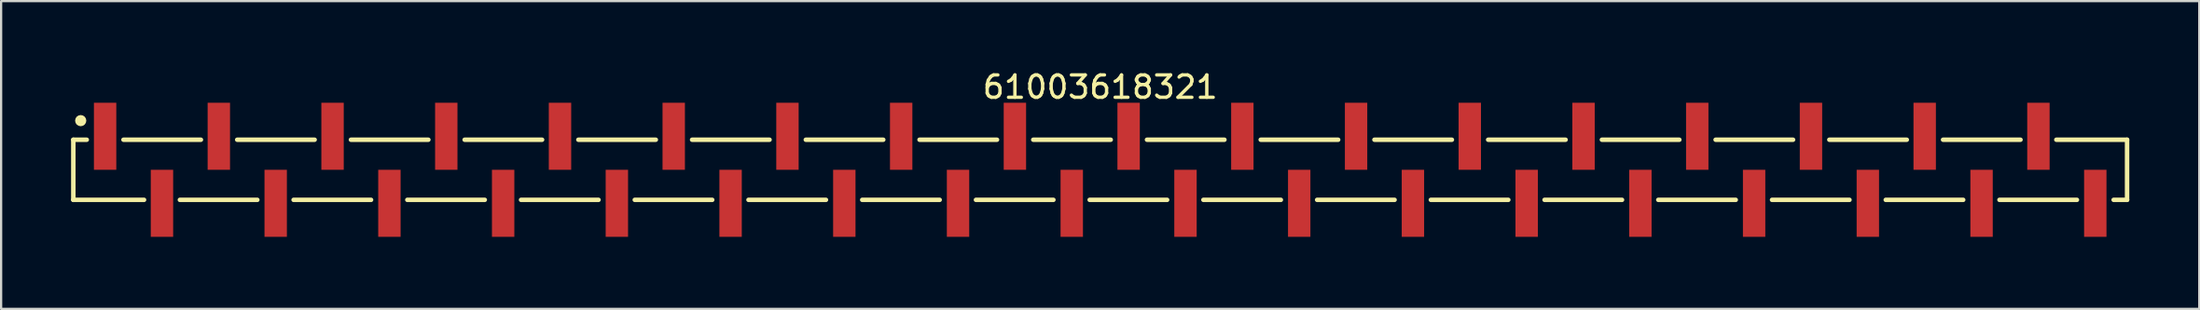
<source format=kicad_pcb>
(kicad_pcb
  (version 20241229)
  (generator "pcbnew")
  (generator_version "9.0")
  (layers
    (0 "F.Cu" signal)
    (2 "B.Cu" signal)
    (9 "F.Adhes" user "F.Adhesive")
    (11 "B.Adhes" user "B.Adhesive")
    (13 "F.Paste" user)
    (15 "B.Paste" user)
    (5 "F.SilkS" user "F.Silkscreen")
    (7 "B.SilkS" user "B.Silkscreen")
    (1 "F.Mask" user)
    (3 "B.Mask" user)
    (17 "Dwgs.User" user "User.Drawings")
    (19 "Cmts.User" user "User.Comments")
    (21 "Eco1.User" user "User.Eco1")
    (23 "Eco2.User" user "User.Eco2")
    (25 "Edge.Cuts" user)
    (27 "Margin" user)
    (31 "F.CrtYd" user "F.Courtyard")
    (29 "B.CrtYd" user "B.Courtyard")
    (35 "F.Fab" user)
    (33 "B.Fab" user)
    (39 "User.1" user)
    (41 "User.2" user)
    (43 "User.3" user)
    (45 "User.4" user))
  (footprint "61003618321"
    (layer "F.Cu")
    (at 46.095 4.548)
    (property "Reference" "61003618321" (at 0 -3.7 0) (layer "F.SilkS") (effects (font (size 1 1) (thickness 0.15))))
    (fp_line (start -45.87 -1.345) (end -45.27 -1.345) (stroke (width 0.2) (type solid)) (layer "F.SilkS"))
    (fp_line (start -45.87 1.345) (end -45.87 -1.345) (stroke (width 0.2) (type solid)) (layer "F.SilkS"))
    (fp_line (start -45.87 1.345) (end -42.71 1.345) (stroke (width 0.2) (type solid)) (layer "F.SilkS"))
    (fp_line (start -43.63 -1.345) (end -40.17 -1.345) (stroke (width 0.2) (type solid)) (layer "F.SilkS"))
    (fp_line (start -41.11 1.345) (end -37.65 1.345) (stroke (width 0.2) (type solid)) (layer "F.SilkS"))
    (fp_line (start -38.55 -1.345) (end -35.09 -1.345) (stroke (width 0.2) (type solid)) (layer "F.SilkS"))
    (fp_line (start -36.03 1.345) (end -32.57 1.345) (stroke (width 0.2) (type solid)) (layer "F.SilkS"))
    (fp_line (start -33.47 -1.345) (end -30.01 -1.345) (stroke (width 0.2) (type solid)) (layer "F.SilkS"))
    (fp_line (start -30.95 1.345) (end -27.49 1.345) (stroke (width 0.2) (type solid)) (layer "F.SilkS"))
    (fp_line (start -28.39 -1.345) (end -24.93 -1.345) (stroke (width 0.2) (type solid)) (layer "F.SilkS"))
    (fp_line (start -25.87 1.345) (end -22.41 1.345) (stroke (width 0.2) (type solid)) (layer "F.SilkS"))
    (fp_line (start -23.31 -1.345) (end -19.85 -1.345) (stroke (width 0.2) (type solid)) (layer "F.SilkS"))
    (fp_line (start -20.79 1.345) (end -17.33 1.345) (stroke (width 0.2) (type solid)) (layer "F.SilkS"))
    (fp_line (start -18.23 -1.345) (end -14.77 -1.345) (stroke (width 0.2) (type solid)) (layer "F.SilkS"))
    (fp_line (start -15.71 1.345) (end -12.25 1.345) (stroke (width 0.2) (type solid)) (layer "F.SilkS"))
    (fp_line (start -13.15 -1.345) (end -9.69 -1.345) (stroke (width 0.2) (type solid)) (layer "F.SilkS"))
    (fp_line (start -10.63 1.345) (end -7.17 1.345) (stroke (width 0.2) (type solid)) (layer "F.SilkS"))
    (fp_line (start -8.07 -1.345) (end -4.61 -1.345) (stroke (width 0.2) (type solid)) (layer "F.SilkS"))
    (fp_line (start -5.55 1.345) (end -2.09 1.345) (stroke (width 0.2) (type solid)) (layer "F.SilkS"))
    (fp_line (start -2.99 -1.345) (end 0.47 -1.345) (stroke (width 0.2) (type solid)) (layer "F.SilkS"))
    (fp_line (start -0.47 1.345) (end 2.99 1.345) (stroke (width 0.2) (type solid)) (layer "F.SilkS"))
    (fp_line (start 2.09 -1.345) (end 5.55 -1.345) (stroke (width 0.2) (type solid)) (layer "F.SilkS"))
    (fp_line (start 4.61 1.345) (end 8.07 1.345) (stroke (width 0.2) (type solid)) (layer "F.SilkS"))
    (fp_line (start 7.17 -1.345) (end 10.63 -1.345) (stroke (width 0.2) (type solid)) (layer "F.SilkS"))
    (fp_line (start 9.69 1.345) (end 13.15 1.345) (stroke (width 0.2) (type solid)) (layer "F.SilkS"))
    (fp_line (start 12.25 -1.345) (end 15.71 -1.345) (stroke (width 0.2) (type solid)) (layer "F.SilkS"))
    (fp_line (start 14.77 1.345) (end 18.23 1.345) (stroke (width 0.2) (type solid)) (layer "F.SilkS"))
    (fp_line (start 17.33 -1.345) (end 20.79 -1.345) (stroke (width 0.2) (type solid)) (layer "F.SilkS"))
    (fp_line (start 19.85 1.345) (end 23.31 1.345) (stroke (width 0.2) (type solid)) (layer "F.SilkS"))
    (fp_line (start 22.41 -1.345) (end 25.87 -1.345) (stroke (width 0.2) (type solid)) (layer "F.SilkS"))
    (fp_line (start 24.93 1.345) (end 28.39 1.345) (stroke (width 0.2) (type solid)) (layer "F.SilkS"))
    (fp_line (start 27.49 -1.345) (end 30.95 -1.345) (stroke (width 0.2) (type solid)) (layer "F.SilkS"))
    (fp_line (start 30.01 1.345) (end 33.47 1.345) (stroke (width 0.2) (type solid)) (layer "F.SilkS"))
    (fp_line (start 32.57 -1.345) (end 36.03 -1.345) (stroke (width 0.2) (type solid)) (layer "F.SilkS"))
    (fp_line (start 35.09 1.345) (end 38.55 1.345) (stroke (width 0.2) (type solid)) (layer "F.SilkS"))
    (fp_line (start 37.65 -1.345) (end 41.11 -1.345) (stroke (width 0.2) (type solid)) (layer "F.SilkS"))
    (fp_line (start 40.17 1.345) (end 43.63 1.345) (stroke (width 0.2) (type solid)) (layer "F.SilkS"))
    (fp_line (start 42.71 -1.345) (end 45.87 -1.345) (stroke (width 0.2) (type solid)) (layer "F.SilkS"))
    (fp_line (start 45.27 1.345) (end 45.87 1.345) (stroke (width 0.2) (type solid)) (layer "F.SilkS"))
    (fp_line (start 45.87 1.345) (end 45.87 -1.345) (stroke (width 0.2) (type solid)) (layer "F.SilkS"))
    (fp_circle (center -45.54 -2.2) (end -45.54 -2.325) (stroke (width 0.25) (type solid)) (fill no) (layer "F.SilkS"))
    (fp_line (start -46.07 -3.2) (end 46.07 -3.2) (stroke (width 0.05) (type solid)) (layer "Eco2.User"))
    (fp_line (start -46.07 3.2) (end -46.07 -3.2) (stroke (width 0.05) (type solid)) (layer "Eco2.User"))
    (fp_line (start -46.07 3.2) (end 46.07 3.2) (stroke (width 0.05) (type solid)) (layer "Eco2.User"))
    (fp_line (start -45.72 -1.27) (end 45.72 -1.27) (stroke (width 0.1) (type solid)) (layer "Eco2.User"))
    (fp_line (start -45.72 1.27) (end -45.72 -1.27) (stroke (width 0.1) (type solid)) (layer "Eco2.User"))
    (fp_line (start -45.72 1.27) (end 45.72 1.27) (stroke (width 0.1) (type solid)) (layer "Eco2.User"))
    (fp_line (start -44.77 -2.5) (end -44.13 -2.5) (stroke (width 0.1) (type solid)) (layer "Eco2.User"))
    (fp_line (start -44.77 -1.27) (end -44.77 -2.5) (stroke (width 0.1) (type solid)) (layer "Eco2.User"))
    (fp_line (start -44.13 -1.27) (end -44.13 -2.5) (stroke (width 0.1) (type solid)) (layer "Eco2.User"))
    (fp_line (start -42.23 2.5) (end -42.23 1.27) (stroke (width 0.1) (type solid)) (layer "Eco2.User"))
    (fp_line (start -42.23 2.5) (end -41.59 2.5) (stroke (width 0.1) (type solid)) (layer "Eco2.User"))
    (fp_line (start -41.59 2.5) (end -41.59 1.27) (stroke (width 0.1) (type solid)) (layer "Eco2.User"))
    (fp_line (start -39.69 -2.5) (end -39.05 -2.5) (stroke (width 0.1) (type solid)) (layer "Eco2.User"))
    (fp_line (start -39.69 -1.27) (end -39.69 -2.5) (stroke (width 0.1) (type solid)) (layer "Eco2.User"))
    (fp_line (start -39.05 -1.27) (end -39.05 -2.5) (stroke (width 0.1) (type solid)) (layer "Eco2.User"))
    (fp_line (start -37.15 2.5) (end -37.15 1.27) (stroke (width 0.1) (type solid)) (layer "Eco2.User"))
    (fp_line (start -37.15 2.5) (end -36.51 2.5) (stroke (width 0.1) (type solid)) (layer "Eco2.User"))
    (fp_line (start -36.51 2.5) (end -36.51 1.27) (stroke (width 0.1) (type solid)) (layer "Eco2.User"))
    (fp_line (start -34.61 -2.5) (end -33.97 -2.5) (stroke (width 0.1) (type solid)) (layer "Eco2.User"))
    (fp_line (start -34.61 -1.27) (end -34.61 -2.5) (stroke (width 0.1) (type solid)) (layer "Eco2.User"))
    (fp_line (start -33.97 -1.27) (end -33.97 -2.5) (stroke (width 0.1) (type solid)) (layer "Eco2.User"))
    (fp_line (start -32.07 2.5) (end -32.07 1.27) (stroke (width 0.1) (type solid)) (layer "Eco2.User"))
    (fp_line (start -32.07 2.5) (end -31.43 2.5) (stroke (width 0.1) (type solid)) (layer "Eco2.User"))
    (fp_line (start -31.43 2.5) (end -31.43 1.27) (stroke (width 0.1) (type solid)) (layer "Eco2.User"))
    (fp_line (start -29.53 -2.5) (end -28.89 -2.5) (stroke (width 0.1) (type solid)) (layer "Eco2.User"))
    (fp_line (start -29.53 -1.27) (end -29.53 -2.5) (stroke (width 0.1) (type solid)) (layer "Eco2.User"))
    (fp_line (start -28.89 -1.27) (end -28.89 -2.5) (stroke (width 0.1) (type solid)) (layer "Eco2.User"))
    (fp_line (start -26.99 2.5) (end -26.99 1.27) (stroke (width 0.1) (type solid)) (layer "Eco2.User"))
    (fp_line (start -26.99 2.5) (end -26.35 2.5) (stroke (width 0.1) (type solid)) (layer "Eco2.User"))
    (fp_line (start -26.35 2.5) (end -26.35 1.27) (stroke (width 0.1) (type solid)) (layer "Eco2.User"))
    (fp_line (start -24.45 -2.5) (end -23.81 -2.5) (stroke (width 0.1) (type solid)) (layer "Eco2.User"))
    (fp_line (start -24.45 -1.27) (end -24.45 -2.5) (stroke (width 0.1) (type solid)) (layer "Eco2.User"))
    (fp_line (start -23.81 -1.27) (end -23.81 -2.5) (stroke (width 0.1) (type solid)) (layer "Eco2.User"))
    (fp_line (start -21.91 2.5) (end -21.91 1.27) (stroke (width 0.1) (type solid)) (layer "Eco2.User"))
    (fp_line (start -21.91 2.5) (end -21.27 2.5) (stroke (width 0.1) (type solid)) (layer "Eco2.User"))
    (fp_line (start -21.27 2.5) (end -21.27 1.27) (stroke (width 0.1) (type solid)) (layer "Eco2.User"))
    (fp_line (start -19.37 -2.5) (end -18.73 -2.5) (stroke (width 0.1) (type solid)) (layer "Eco2.User"))
    (fp_line (start -19.37 -1.27) (end -19.37 -2.5) (stroke (width 0.1) (type solid)) (layer "Eco2.User"))
    (fp_line (start -18.73 -1.27) (end -18.73 -2.5) (stroke (width 0.1) (type solid)) (layer "Eco2.User"))
    (fp_line (start -16.83 2.5) (end -16.83 1.27) (stroke (width 0.1) (type solid)) (layer "Eco2.User"))
    (fp_line (start -16.83 2.5) (end -16.19 2.5) (stroke (width 0.1) (type solid)) (layer "Eco2.User"))
    (fp_line (start -16.19 2.5) (end -16.19 1.27) (stroke (width 0.1) (type solid)) (layer "Eco2.User"))
    (fp_line (start -14.29 -2.5) (end -13.65 -2.5) (stroke (width 0.1) (type solid)) (layer "Eco2.User"))
    (fp_line (start -14.29 -1.27) (end -14.29 -2.5) (stroke (width 0.1) (type solid)) (layer "Eco2.User"))
    (fp_line (start -13.65 -1.27) (end -13.65 -2.5) (stroke (width 0.1) (type solid)) (layer "Eco2.User"))
    (fp_line (start -11.75 2.5) (end -11.75 1.27) (stroke (width 0.1) (type solid)) (layer "Eco2.User"))
    (fp_line (start -11.75 2.5) (end -11.11 2.5) (stroke (width 0.1) (type solid)) (layer "Eco2.User"))
    (fp_line (start -11.11 2.5) (end -11.11 1.27) (stroke (width 0.1) (type solid)) (layer "Eco2.User"))
    (fp_line (start -9.21 -2.5) (end -8.57 -2.5) (stroke (width 0.1) (type solid)) (layer "Eco2.User"))
    (fp_line (start -9.21 -1.27) (end -9.21 -2.5) (stroke (width 0.1) (type solid)) (layer "Eco2.User"))
    (fp_line (start -8.57 -1.27) (end -8.57 -2.5) (stroke (width 0.1) (type solid)) (layer "Eco2.User"))
    (fp_line (start -6.67 2.5) (end -6.67 1.27) (stroke (width 0.1) (type solid)) (layer "Eco2.User"))
    (fp_line (start -6.67 2.5) (end -6.03 2.5) (stroke (width 0.1) (type solid)) (layer "Eco2.User"))
    (fp_line (start -6.03 2.5) (end -6.03 1.27) (stroke (width 0.1) (type solid)) (layer "Eco2.User"))
    (fp_line (start -4.13 -2.5) (end -3.49 -2.5) (stroke (width 0.1) (type solid)) (layer "Eco2.User"))
    (fp_line (start -4.13 -1.27) (end -4.13 -2.5) (stroke (width 0.1) (type solid)) (layer "Eco2.User"))
    (fp_line (start -3.49 -1.27) (end -3.49 -2.5) (stroke (width 0.1) (type solid)) (layer "Eco2.User"))
    (fp_line (start -1.59 2.5) (end -1.59 1.27) (stroke (width 0.1) (type solid)) (layer "Eco2.User"))
    (fp_line (start -1.59 2.5) (end -0.95 2.5) (stroke (width 0.1) (type solid)) (layer "Eco2.User"))
    (fp_line (start -0.95 2.5) (end -0.95 1.27) (stroke (width 0.1) (type solid)) (layer "Eco2.User"))
    (fp_line (start -0.5 0) (end 0.5 0) (stroke (width 0.05) (type solid)) (layer "Eco2.User"))
    (fp_line (start 0 0.5) (end 0 -0.5) (stroke (width 0.05) (type solid)) (layer "Eco2.User"))
    (fp_line (start 0.95 -2.5) (end 1.59 -2.5) (stroke (width 0.1) (type solid)) (layer "Eco2.User"))
    (fp_line (start 0.95 -1.27) (end 0.95 -2.5) (stroke (width 0.1) (type solid)) (layer "Eco2.User"))
    (fp_line (start 1.59 -1.27) (end 1.59 -2.5) (stroke (width 0.1) (type solid)) (layer "Eco2.User"))
    (fp_line (start 3.49 2.5) (end 3.49 1.27) (stroke (width 0.1) (type solid)) (layer "Eco2.User"))
    (fp_line (start 3.49 2.5) (end 4.13 2.5) (stroke (width 0.1) (type solid)) (layer "Eco2.User"))
    (fp_line (start 4.13 2.5) (end 4.13 1.27) (stroke (width 0.1) (type solid)) (layer "Eco2.User"))
    (fp_line (start 6.03 -2.5) (end 6.67 -2.5) (stroke (width 0.1) (type solid)) (layer "Eco2.User"))
    (fp_line (start 6.03 -1.27) (end 6.03 -2.5) (stroke (width 0.1) (type solid)) (layer "Eco2.User"))
    (fp_line (start 6.67 -1.27) (end 6.67 -2.5) (stroke (width 0.1) (type solid)) (layer "Eco2.User"))
    (fp_line (start 8.57 2.5) (end 8.57 1.27) (stroke (width 0.1) (type solid)) (layer "Eco2.User"))
    (fp_line (start 8.57 2.5) (end 9.21 2.5) (stroke (width 0.1) (type solid)) (layer "Eco2.User"))
    (fp_line (start 9.21 2.5) (end 9.21 1.27) (stroke (width 0.1) (type solid)) (layer "Eco2.User"))
    (fp_line (start 11.11 -2.5) (end 11.75 -2.5) (stroke (width 0.1) (type solid)) (layer "Eco2.User"))
    (fp_line (start 11.11 -1.27) (end 11.11 -2.5) (stroke (width 0.1) (type solid)) (layer "Eco2.User"))
    (fp_line (start 11.75 -1.27) (end 11.75 -2.5) (stroke (width 0.1) (type solid)) (layer "Eco2.User"))
    (fp_line (start 13.65 2.5) (end 13.65 1.27) (stroke (width 0.1) (type solid)) (layer "Eco2.User"))
    (fp_line (start 13.65 2.5) (end 14.29 2.5) (stroke (width 0.1) (type solid)) (layer "Eco2.User"))
    (fp_line (start 14.29 2.5) (end 14.29 1.27) (stroke (width 0.1) (type solid)) (layer "Eco2.User"))
    (fp_line (start 16.19 -2.5) (end 16.83 -2.5) (stroke (width 0.1) (type solid)) (layer "Eco2.User"))
    (fp_line (start 16.19 -1.27) (end 16.19 -2.5) (stroke (width 0.1) (type solid)) (layer "Eco2.User"))
    (fp_line (start 16.83 -1.27) (end 16.83 -2.5) (stroke (width 0.1) (type solid)) (layer "Eco2.User"))
    (fp_line (start 18.73 2.5) (end 18.73 1.27) (stroke (width 0.1) (type solid)) (layer "Eco2.User"))
    (fp_line (start 18.73 2.5) (end 19.37 2.5) (stroke (width 0.1) (type solid)) (layer "Eco2.User"))
    (fp_line (start 19.37 2.5) (end 19.37 1.27) (stroke (width 0.1) (type solid)) (layer "Eco2.User"))
    (fp_line (start 21.27 -2.5) (end 21.91 -2.5) (stroke (width 0.1) (type solid)) (layer "Eco2.User"))
    (fp_line (start 21.27 -1.27) (end 21.27 -2.5) (stroke (width 0.1) (type solid)) (layer "Eco2.User"))
    (fp_line (start 21.91 -1.27) (end 21.91 -2.5) (stroke (width 0.1) (type solid)) (layer "Eco2.User"))
    (fp_line (start 23.81 2.5) (end 23.81 1.27) (stroke (width 0.1) (type solid)) (layer "Eco2.User"))
    (fp_line (start 23.81 2.5) (end 24.45 2.5) (stroke (width 0.1) (type solid)) (layer "Eco2.User"))
    (fp_line (start 24.45 2.5) (end 24.45 1.27) (stroke (width 0.1) (type solid)) (layer "Eco2.User"))
    (fp_line (start 26.35 -2.5) (end 26.99 -2.5) (stroke (width 0.1) (type solid)) (layer "Eco2.User"))
    (fp_line (start 26.35 -1.27) (end 26.35 -2.5) (stroke (width 0.1) (type solid)) (layer "Eco2.User"))
    (fp_line (start 26.99 -1.27) (end 26.99 -2.5) (stroke (width 0.1) (type solid)) (layer "Eco2.User"))
    (fp_line (start 28.89 2.5) (end 28.89 1.27) (stroke (width 0.1) (type solid)) (layer "Eco2.User"))
    (fp_line (start 28.89 2.5) (end 29.53 2.5) (stroke (width 0.1) (type solid)) (layer "Eco2.User"))
    (fp_line (start 29.53 2.5) (end 29.53 1.27) (stroke (width 0.1) (type solid)) (layer "Eco2.User"))
    (fp_line (start 31.43 -2.5) (end 32.07 -2.5) (stroke (width 0.1) (type solid)) (layer "Eco2.User"))
    (fp_line (start 31.43 -1.27) (end 31.43 -2.5) (stroke (width 0.1) (type solid)) (layer "Eco2.User"))
    (fp_line (start 32.07 -1.27) (end 32.07 -2.5) (stroke (width 0.1) (type solid)) (layer "Eco2.User"))
    (fp_line (start 33.97 2.5) (end 33.97 1.27) (stroke (width 0.1) (type solid)) (layer "Eco2.User"))
    (fp_line (start 33.97 2.5) (end 34.61 2.5) (stroke (width 0.1) (type solid)) (layer "Eco2.User"))
    (fp_line (start 34.61 2.5) (end 34.61 1.27) (stroke (width 0.1) (type solid)) (layer "Eco2.User"))
    (fp_line (start 36.51 -2.5) (end 37.15 -2.5) (stroke (width 0.1) (type solid)) (layer "Eco2.User"))
    (fp_line (start 36.51 -1.27) (end 36.51 -2.5) (stroke (width 0.1) (type solid)) (layer "Eco2.User"))
    (fp_line (start 37.15 -1.27) (end 37.15 -2.5) (stroke (width 0.1) (type solid)) (layer "Eco2.User"))
    (fp_line (start 39.05 2.5) (end 39.05 1.27) (stroke (width 0.1) (type solid)) (layer "Eco2.User"))
    (fp_line (start 39.05 2.5) (end 39.69 2.5) (stroke (width 0.1) (type solid)) (layer "Eco2.User"))
    (fp_line (start 39.69 2.5) (end 39.69 1.27) (stroke (width 0.1) (type solid)) (layer "Eco2.User"))
    (fp_line (start 41.59 -2.5) (end 42.23 -2.5) (stroke (width 0.1) (type solid)) (layer "Eco2.User"))
    (fp_line (start 41.59 -1.27) (end 41.59 -2.5) (stroke (width 0.1) (type solid)) (layer "Eco2.User"))
    (fp_line (start 42.23 -1.27) (end 42.23 -2.5) (stroke (width 0.1) (type solid)) (layer "Eco2.User"))
    (fp_line (start 44.13 2.5) (end 44.13 1.27) (stroke (width 0.1) (type solid)) (layer "Eco2.User"))
    (fp_line (start 44.13 2.5) (end 44.77 2.5) (stroke (width 0.1) (type solid)) (layer "Eco2.User"))
    (fp_line (start 44.77 2.5) (end 44.77 1.27) (stroke (width 0.1) (type solid)) (layer "Eco2.User"))
    (fp_line (start 45.72 1.27) (end 45.72 -1.27) (stroke (width 0.1) (type solid)) (layer "Eco2.User"))
    (fp_line (start 46.07 3.2) (end 46.07 -3.2) (stroke (width 0.05) (type solid)) (layer "Eco2.User"))
    (fp_text user "${REFERENCE}" (at 0.15 -0.197 0) (unlocked yes) (layer "User.3") (effects (font (size 1.5 1.5) (thickness 0.15))))
    (pad "1" smd rect (at -44.45 -1.5) (size 1 3) (layers "F.Cu" "F.Mask" "F.Paste"))
    (pad "2" smd rect (at -41.91 1.5) (size 1 3) (layers "F.Cu" "F.Mask" "F.Paste"))
    (pad "3" smd rect (at -39.37 -1.5) (size 1 3) (layers "F.Cu" "F.Mask" "F.Paste"))
    (pad "4" smd rect (at -36.83 1.5) (size 1 3) (layers "F.Cu" "F.Mask" "F.Paste"))
    (pad "5" smd rect (at -34.29 -1.5) (size 1 3) (layers "F.Cu" "F.Mask" "F.Paste"))
    (pad "6" smd rect (at -31.75 1.5) (size 1 3) (layers "F.Cu" "F.Mask" "F.Paste"))
    (pad "7" smd rect (at -29.21 -1.5) (size 1 3) (layers "F.Cu" "F.Mask" "F.Paste"))
    (pad "8" smd rect (at -26.67 1.5) (size 1 3) (layers "F.Cu" "F.Mask" "F.Paste"))
    (pad "9" smd rect (at -24.13 -1.5) (size 1 3) (layers "F.Cu" "F.Mask" "F.Paste"))
    (pad "10" smd rect (at -21.59 1.5) (size 1 3) (layers "F.Cu" "F.Mask" "F.Paste"))
    (pad "11" smd rect (at -19.05 -1.5) (size 1 3) (layers "F.Cu" "F.Mask" "F.Paste"))
    (pad "12" smd rect (at -16.51 1.5) (size 1 3) (layers "F.Cu" "F.Mask" "F.Paste"))
    (pad "13" smd rect (at -13.97 -1.5) (size 1 3) (layers "F.Cu" "F.Mask" "F.Paste"))
    (pad "14" smd rect (at -11.43 1.5) (size 1 3) (layers "F.Cu" "F.Mask" "F.Paste"))
    (pad "15" smd rect (at -8.89 -1.5) (size 1 3) (layers "F.Cu" "F.Mask" "F.Paste"))
    (pad "16" smd rect (at -6.35 1.5) (size 1 3) (layers "F.Cu" "F.Mask" "F.Paste"))
    (pad "17" smd rect (at -3.81 -1.5) (size 1 3) (layers "F.Cu" "F.Mask" "F.Paste"))
    (pad "18" smd rect (at -1.27 1.5) (size 1 3) (layers "F.Cu" "F.Mask" "F.Paste"))
    (pad "19" smd rect (at 1.27 -1.5) (size 1 3) (layers "F.Cu" "F.Mask" "F.Paste"))
    (pad "20" smd rect (at 3.81 1.5) (size 1 3) (layers "F.Cu" "F.Mask" "F.Paste"))
    (pad "21" smd rect (at 6.35 -1.5) (size 1 3) (layers "F.Cu" "F.Mask" "F.Paste"))
    (pad "22" smd rect (at 8.89 1.5) (size 1 3) (layers "F.Cu" "F.Mask" "F.Paste"))
    (pad "23" smd rect (at 11.43 -1.5) (size 1 3) (layers "F.Cu" "F.Mask" "F.Paste"))
    (pad "24" smd rect (at 13.97 1.5) (size 1 3) (layers "F.Cu" "F.Mask" "F.Paste"))
    (pad "25" smd rect (at 16.51 -1.5) (size 1 3) (layers "F.Cu" "F.Mask" "F.Paste"))
    (pad "26" smd rect (at 19.05 1.5) (size 1 3) (layers "F.Cu" "F.Mask" "F.Paste"))
    (pad "27" smd rect (at 21.59 -1.5) (size 1 3) (layers "F.Cu" "F.Mask" "F.Paste"))
    (pad "28" smd rect (at 24.13 1.5) (size 1 3) (layers "F.Cu" "F.Mask" "F.Paste"))
    (pad "29" smd rect (at 26.67 -1.5) (size 1 3) (layers "F.Cu" "F.Mask" "F.Paste"))
    (pad "30" smd rect (at 29.21 1.5) (size 1 3) (layers "F.Cu" "F.Mask" "F.Paste"))
    (pad "31" smd rect (at 31.75 -1.5) (size 1 3) (layers "F.Cu" "F.Mask" "F.Paste"))
    (pad "32" smd rect (at 34.29 1.5) (size 1 3) (layers "F.Cu" "F.Mask" "F.Paste"))
    (pad "33" smd rect (at 36.83 -1.5) (size 1 3) (layers "F.Cu" "F.Mask" "F.Paste"))
    (pad "34" smd rect (at 39.37 1.5) (size 1 3) (layers "F.Cu" "F.Mask" "F.Paste"))
    (pad "35" smd rect (at 41.91 -1.5) (size 1 3) (layers "F.Cu" "F.Mask" "F.Paste"))
    (pad "36" smd rect (at 44.45 1.5) (size 1 3) (layers "F.Cu" "F.Mask" "F.Paste")))
  (gr_rect
    (start -3 -3)
    (end 95.19 10.773)
    (stroke (width 0.1) (type default))
    (fill no)
    (layer "Edge.Cuts")))
</source>
